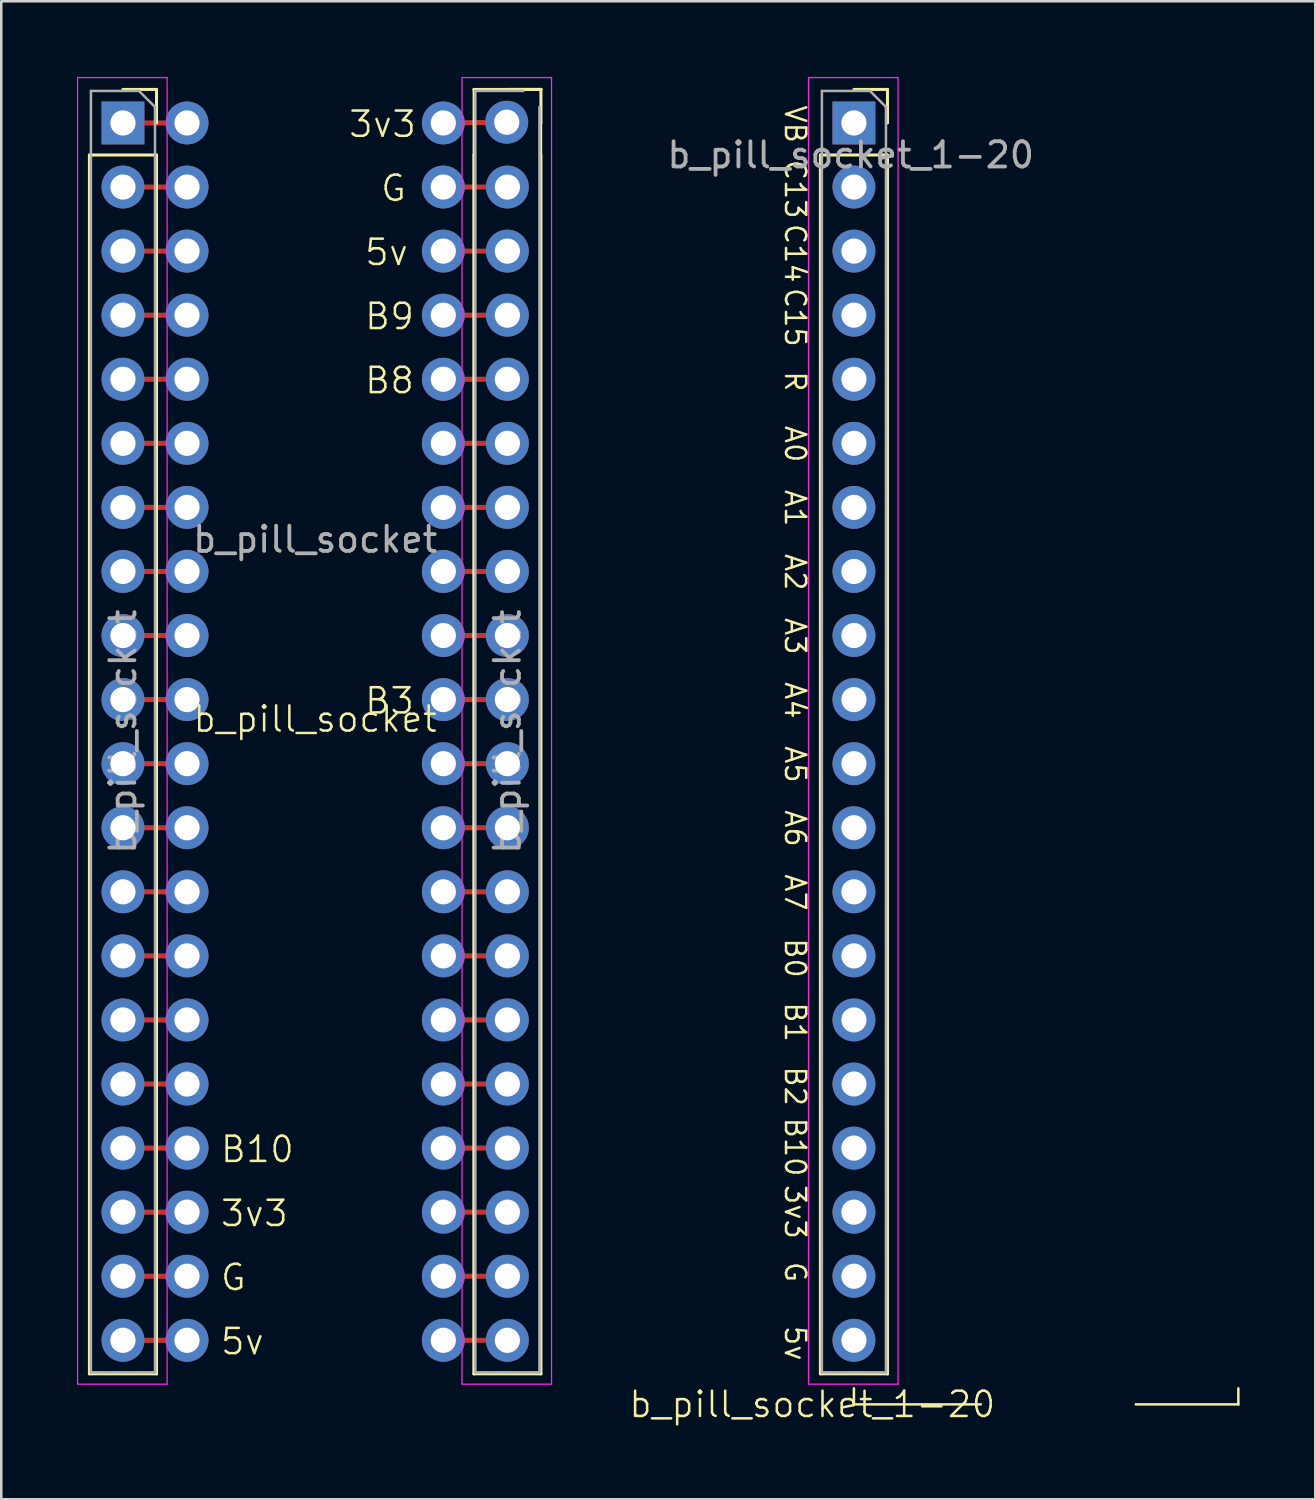
<source format=kicad_pcb>
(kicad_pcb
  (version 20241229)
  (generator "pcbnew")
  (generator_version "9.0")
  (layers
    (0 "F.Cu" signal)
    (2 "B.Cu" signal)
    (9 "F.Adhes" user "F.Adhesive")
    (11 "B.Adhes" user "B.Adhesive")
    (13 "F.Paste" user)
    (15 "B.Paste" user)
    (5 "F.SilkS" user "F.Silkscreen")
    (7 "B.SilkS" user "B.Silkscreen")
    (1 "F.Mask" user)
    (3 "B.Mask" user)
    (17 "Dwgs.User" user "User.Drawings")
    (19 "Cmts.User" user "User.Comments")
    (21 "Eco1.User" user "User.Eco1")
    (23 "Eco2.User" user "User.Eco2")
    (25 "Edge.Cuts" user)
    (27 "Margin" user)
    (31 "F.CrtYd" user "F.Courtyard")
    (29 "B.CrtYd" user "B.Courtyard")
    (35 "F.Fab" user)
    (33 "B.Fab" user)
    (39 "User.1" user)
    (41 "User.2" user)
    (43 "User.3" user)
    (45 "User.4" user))
  (footprint "b_pill_socket_1-20"
    (layer "F.Cu")
    (at 30.803 25.955)
    (property "Reference" "b_pill_socket_1-20" (at -1.651 26.67 0) (unlocked yes) (layer "F.SilkS") (effects (font (size 1 1) (thickness 0.1))))
    (attr through_hole)
    (fp_line (start -1.33 -22.86) (end -1.33 25.46) (stroke (width 0.12) (type solid)) (layer "F.SilkS"))
    (fp_line (start -1.33 -22.86) (end 1.33 -22.86) (stroke (width 0.12) (type solid)) (layer "F.SilkS"))
    (fp_line (start -1.33 25.46) (end 1.33 25.46) (stroke (width 0.12) (type solid)) (layer "F.SilkS"))
    (fp_line (start 0 -25.46) (end 1.33 -25.46) (stroke (width 0.12) (type solid)) (layer "F.SilkS"))
    (fp_line (start 0 26.035) (end 0 26.67) (stroke (width 0.1) (type default)) (layer "F.SilkS"))
    (fp_line (start 0 26.67) (end 5.029 26.67) (stroke (width 0.1) (type default)) (layer "F.SilkS"))
    (fp_line (start 1.33 -25.46) (end 1.33 -24.13) (stroke (width 0.12) (type solid)) (layer "F.SilkS"))
    (fp_line (start 1.33 -22.86) (end 1.33 25.46) (stroke (width 0.12) (type solid)) (layer "F.SilkS"))
    (fp_line (start 15.24 26.67) (end 11.176 26.67) (stroke (width 0.1) (type default)) (layer "F.SilkS"))
    (fp_line (start 15.24 26.67) (end 15.24 26.035) (stroke (width 0.1) (type default)) (layer "F.SilkS"))
    (fp_line (start -1.8 -25.93) (end 1.75 -25.93) (stroke (width 0.05) (type solid)) (layer "F.CrtYd"))
    (fp_line (start -1.8 25.87) (end -1.8 -25.93) (stroke (width 0.05) (type solid)) (layer "F.CrtYd"))
    (fp_line (start 1.75 -25.93) (end 1.75 25.87) (stroke (width 0.05) (type solid)) (layer "F.CrtYd"))
    (fp_line (start 1.75 25.87) (end -1.8 25.87) (stroke (width 0.05) (type solid)) (layer "F.CrtYd"))
    (fp_line (start -1.27 -25.4) (end 0.635 -25.4) (stroke (width 0.1) (type solid)) (layer "F.Fab"))
    (fp_line (start -1.27 25.4) (end -1.27 -25.4) (stroke (width 0.1) (type solid)) (layer "F.Fab"))
    (fp_line (start 0.635 -25.4) (end 1.27 -24.765) (stroke (width 0.1) (type solid)) (layer "F.Fab"))
    (fp_line (start 1.27 -24.765) (end 1.27 25.4) (stroke (width 0.1) (type solid)) (layer "F.Fab"))
    (fp_line (start 1.27 25.4) (end -1.27 25.4) (stroke (width 0.1) (type solid)) (layer "F.Fab"))
    (fp_text user "A1" (at -2.794 -9.652 270) (unlocked yes) (layer "F.SilkS") (effects (font (size 0.8 0.8) (thickness 0.1)) (justify left bottom)))
    (fp_text user "B0" (at -2.794 8.128 270) (unlocked yes) (layer "F.SilkS") (effects (font (size 0.8 0.8) (thickness 0.1)) (justify left bottom)))
    (fp_text user "C15" (at -2.794 -17.653 270) (unlocked yes) (layer "F.SilkS") (effects (font (size 0.8 0.8) (thickness 0.1)) (justify left bottom)))
    (fp_text user "B10" (at -2.794 15.24 270) (unlocked yes) (layer "F.SilkS") (effects (font (size 0.8 0.8) (thickness 0.1)) (justify left bottom)))
    (fp_text user "B1" (at -2.794 10.668 270) (unlocked yes) (layer "F.SilkS") (effects (font (size 0.8 0.8) (thickness 0.1)) (justify left bottom)))
    (fp_text user "VB" (at -2.794 -24.892 270) (unlocked yes) (layer "F.SilkS") (effects (font (size 0.8 0.8) (thickness 0.1)) (justify left bottom)))
    (fp_text user "B2" (at -2.794 13.208 270) (unlocked yes) (layer "F.SilkS") (effects (font (size 0.8 0.8) (thickness 0.1)) (justify left bottom)))
    (fp_text user "A5" (at -2.794 0.508 270) (unlocked yes) (layer "F.SilkS") (effects (font (size 0.8 0.8) (thickness 0.1)) (justify left bottom)))
    (fp_text user "3v3" (at -2.794 17.907 270) (unlocked yes) (layer "F.SilkS") (effects (font (size 0.8 0.8) (thickness 0.1)) (justify left bottom)))
    (fp_text user "R" (at -2.794 -14.351 270) (unlocked yes) (layer "F.SilkS") (effects (font (size 0.8 0.8) (thickness 0.1)) (justify left bottom)))
    (fp_text user "A4" (at -2.794 -2.032 270) (unlocked yes) (layer "F.SilkS") (effects (font (size 0.8 0.8) (thickness 0.1)) (justify left bottom)))
    (fp_text user "A6" (at -2.794 3.048 270) (unlocked yes) (layer "F.SilkS") (effects (font (size 0.8 0.8) (thickness 0.1)) (justify left bottom)))
    (fp_text user "A2" (at -2.794 -7.112 270) (unlocked yes) (layer "F.SilkS") (effects (font (size 0.8 0.8) (thickness 0.1)) (justify left bottom)))
    (fp_text user "5v" (at -2.794 23.495 270) (unlocked yes) (layer "F.SilkS") (effects (font (size 0.8 0.8) (thickness 0.1)) (justify left bottom)))
    (fp_text user "C13" (at -2.794 -22.733 270) (unlocked yes) (layer "F.SilkS") (effects (font (size 0.8 0.8) (thickness 0.1)) (justify left bottom)))
    (fp_text user "A3" (at -2.794 -4.572 270) (unlocked yes) (layer "F.SilkS") (effects (font (size 0.8 0.8) (thickness 0.1)) (justify left bottom)))
    (fp_text user "A0" (at -2.794 -12.192 270) (unlocked yes) (layer "F.SilkS") (effects (font (size 0.8 0.8) (thickness 0.1)) (justify left bottom)))
    (fp_text user "C14" (at -2.794 -20.193 270) (unlocked yes) (layer "F.SilkS") (effects (font (size 0.8 0.8) (thickness 0.1)) (justify left bottom)))
    (fp_text user "A7" (at -2.794 5.588 270) (unlocked yes) (layer "F.SilkS") (effects (font (size 0.8 0.8) (thickness 0.1)) (justify left bottom)))
    (fp_text user "G" (at -2.794 20.955 270) (unlocked yes) (layer "F.SilkS") (effects (font (size 0.8 0.8) (thickness 0.1)) (justify left bottom)))
    (fp_text user "${REFERENCE}" (at -0.127 -22.86 0) (unlocked yes) (layer "F.Fab") (effects (font (size 1 1) (thickness 0.15))))
    (pad "1" thru_hole rect (at 0 -24.13) (size 1.7 1.7) (drill 1) (layers "*.Cu" "*.Mask"))
    (pad "2" thru_hole oval (at 0 -21.59) (size 1.7 1.7) (drill 1) (layers "*.Cu" "*.Mask"))
    (pad "3" thru_hole oval (at 0 -19.05) (size 1.7 1.7) (drill 1) (layers "*.Cu" "*.Mask"))
    (pad "4" thru_hole oval (at 0 -16.51) (size 1.7 1.7) (drill 1) (layers "*.Cu" "*.Mask"))
    (pad "5" thru_hole oval (at 0 -13.97) (size 1.7 1.7) (drill 1) (layers "*.Cu" "*.Mask"))
    (pad "6" thru_hole oval (at 0 -11.43) (size 1.7 1.7) (drill 1) (layers "*.Cu" "*.Mask"))
    (pad "7" thru_hole oval (at 0 -8.89) (size 1.7 1.7) (drill 1) (layers "*.Cu" "*.Mask"))
    (pad "8" thru_hole oval (at 0 -6.35) (size 1.7 1.7) (drill 1) (layers "*.Cu" "*.Mask"))
    (pad "9" thru_hole oval (at 0 -3.81) (size 1.7 1.7) (drill 1) (layers "*.Cu" "*.Mask"))
    (pad "10" thru_hole oval (at 0 -1.27) (size 1.7 1.7) (drill 1) (layers "*.Cu" "*.Mask"))
    (pad "11" thru_hole oval (at 0 1.27) (size 1.7 1.7) (drill 1) (layers "*.Cu" "*.Mask"))
    (pad "12" thru_hole oval (at 0 3.81) (size 1.7 1.7) (drill 1) (layers "*.Cu" "*.Mask"))
    (pad "13" thru_hole oval (at 0 6.35) (size 1.7 1.7) (drill 1) (layers "*.Cu" "*.Mask"))
    (pad "14" thru_hole oval (at 0 8.89) (size 1.7 1.7) (drill 1) (layers "*.Cu" "*.Mask"))
    (pad "15" thru_hole oval (at 0 11.43) (size 1.7 1.7) (drill 1) (layers "*.Cu" "*.Mask"))
    (pad "16" thru_hole oval (at 0 13.97) (size 1.7 1.7) (drill 1) (layers "*.Cu" "*.Mask"))
    (pad "17" thru_hole oval (at 0 16.51) (size 1.7 1.7) (drill 1) (layers "*.Cu" "*.Mask"))
    (pad "18" thru_hole oval (at 0 19.05) (size 1.7 1.7) (drill 1) (layers "*.Cu" "*.Mask"))
    (pad "19" thru_hole oval (at 0 21.59) (size 1.7 1.7) (drill 1) (layers "*.Cu" "*.Mask"))
    (pad "20" thru_hole oval (at 0 24.13) (size 1.7 1.7) (drill 1) (layers "*.Cu" "*.Mask")))
  (footprint "b_pill_socket"
    (layer "F.Cu")
    (at 9.445 25.955)
    (property "Reference" "b_pill_socket" (at 0 -0.5 0) (unlocked yes) (layer "F.SilkS") (effects (font (size 1 1) (thickness 0.1))))
    (attr through_hole)
    (fp_line (start -7.62 -24.13) (end -5.08 -24.13) (stroke (width 0.2) (type default)) (layer "F.Cu"))
    (fp_line (start -7.62 -21.59) (end -5.08 -21.59) (stroke (width 0.2) (type default)) (layer "F.Cu"))
    (fp_line (start -7.62 -19.05) (end -5.08 -19.05) (stroke (width 0.2) (type default)) (layer "F.Cu"))
    (fp_line (start -7.62 -16.51) (end -5.08 -16.51) (stroke (width 0.2) (type default)) (layer "F.Cu"))
    (fp_line (start -7.62 -13.97) (end -5.08 -13.97) (stroke (width 0.2) (type default)) (layer "F.Cu"))
    (fp_line (start -7.62 -11.43) (end -5.08 -11.43) (stroke (width 0.2) (type default)) (layer "F.Cu"))
    (fp_line (start -7.62 -8.89) (end -5.08 -8.89) (stroke (width 0.2) (type default)) (layer "F.Cu"))
    (fp_line (start -7.62 -6.35) (end -5.08 -6.35) (stroke (width 0.2) (type default)) (layer "F.Cu"))
    (fp_line (start -7.62 -3.81) (end -5.08 -3.81) (stroke (width 0.2) (type default)) (layer "F.Cu"))
    (fp_line (start -7.62 -1.27) (end -5.08 -1.27) (stroke (width 0.2) (type default)) (layer "F.Cu"))
    (fp_line (start -7.62 1.27) (end -5.08 1.27) (stroke (width 0.2) (type default)) (layer "F.Cu"))
    (fp_line (start -7.62 3.81) (end -5.08 3.81) (stroke (width 0.2) (type default)) (layer "F.Cu"))
    (fp_line (start -7.62 6.35) (end -5.08 6.35) (stroke (width 0.2) (type default)) (layer "F.Cu"))
    (fp_line (start -7.62 8.89) (end -5.08 8.89) (stroke (width 0.2) (type default)) (layer "F.Cu"))
    (fp_line (start -7.62 11.43) (end -5.08 11.43) (stroke (width 0.2) (type default)) (layer "F.Cu"))
    (fp_line (start -7.62 13.97) (end -5.08 13.97) (stroke (width 0.2) (type default)) (layer "F.Cu"))
    (fp_line (start -7.62 16.51) (end -5.08 16.51) (stroke (width 0.2) (type default)) (layer "F.Cu"))
    (fp_line (start -7.62 19.05) (end -5.08 19.05) (stroke (width 0.2) (type default)) (layer "F.Cu"))
    (fp_line (start -7.62 21.59) (end -5.08 21.59) (stroke (width 0.2) (type default)) (layer "F.Cu"))
    (fp_line (start -7.62 24.13) (end -5.08 24.13) (stroke (width 0.2) (type default)) (layer "F.Cu"))
    (fp_line (start 5.08 -24.13) (end 7.595 -24.16) (stroke (width 0.2) (type default)) (layer "F.Cu"))
    (fp_line (start 5.08 -21.59) (end 7.62 -21.59) (stroke (width 0.2) (type default)) (layer "F.Cu"))
    (fp_line (start 5.08 -19.05) (end 7.62 -19.05) (stroke (width 0.2) (type default)) (layer "F.Cu"))
    (fp_line (start 5.08 -16.51) (end 7.62 -16.51) (stroke (width 0.2) (type default)) (layer "F.Cu"))
    (fp_line (start 5.08 -13.97) (end 7.62 -13.97) (stroke (width 0.2) (type default)) (layer "F.Cu"))
    (fp_line (start 5.08 -11.43) (end 7.62 -11.43) (stroke (width 0.2) (type default)) (layer "F.Cu"))
    (fp_line (start 5.08 -8.89) (end 7.62 -8.89) (stroke (width 0.2) (type default)) (layer "F.Cu"))
    (fp_line (start 5.08 -6.35) (end 7.62 -6.35) (stroke (width 0.2) (type default)) (layer "F.Cu"))
    (fp_line (start 5.08 -3.81) (end 7.62 -3.81) (stroke (width 0.2) (type default)) (layer "F.Cu"))
    (fp_line (start 5.08 -1.27) (end 7.62 -1.27) (stroke (width 0.2) (type default)) (layer "F.Cu"))
    (fp_line (start 5.08 1.27) (end 7.62 1.27) (stroke (width 0.2) (type default)) (layer "F.Cu"))
    (fp_line (start 5.08 3.81) (end 7.62 3.81) (stroke (width 0.2) (type default)) (layer "F.Cu"))
    (fp_line (start 5.08 6.35) (end 7.62 6.35) (stroke (width 0.2) (type default)) (layer "F.Cu"))
    (fp_line (start 5.08 8.89) (end 7.62 8.89) (stroke (width 0.2) (type default)) (layer "F.Cu"))
    (fp_line (start 5.08 11.43) (end 7.62 11.43) (stroke (width 0.2) (type default)) (layer "F.Cu"))
    (fp_line (start 5.08 13.97) (end 7.62 13.97) (stroke (width 0.2) (type default)) (layer "F.Cu"))
    (fp_line (start 5.08 16.51) (end 7.62 16.51) (stroke (width 0.2) (type default)) (layer "F.Cu"))
    (fp_line (start 5.08 19.05) (end 7.62 19.05) (stroke (width 0.2) (type default)) (layer "F.Cu"))
    (fp_line (start 5.08 21.59) (end 7.62 21.59) (stroke (width 0.2) (type default)) (layer "F.Cu"))
    (fp_line (start 5.08 24.13) (end 7.62 24.13) (stroke (width 0.2) (type default)) (layer "F.Cu"))
    (fp_line (start -8.95 -22.86) (end -8.95 25.46) (stroke (width 0.12) (type solid)) (layer "F.SilkS"))
    (fp_line (start -8.95 -22.86) (end -6.29 -22.86) (stroke (width 0.12) (type solid)) (layer "F.SilkS"))
    (fp_line (start -8.95 25.46) (end -6.29 25.46) (stroke (width 0.12) (type solid)) (layer "F.SilkS"))
    (fp_line (start -7.62 -25.46) (end -6.29 -25.46) (stroke (width 0.12) (type solid)) (layer "F.SilkS"))
    (fp_line (start -6.29 -25.46) (end -6.29 -24.13) (stroke (width 0.12) (type solid)) (layer "F.SilkS"))
    (fp_line (start -6.29 -22.86) (end -6.29 25.46) (stroke (width 0.12) (type solid)) (layer "F.SilkS"))
    (fp_line (start 6.29 -25.46) (end 6.29 -22.86) (stroke (width 0.1) (type default)) (layer "F.SilkS"))
    (fp_line (start 6.29 -25.46) (end 8.95 -25.46) (stroke (width 0.12) (type solid)) (layer "F.SilkS"))
    (fp_line (start 6.29 -22.86) (end 6.29 25.46) (stroke (width 0.12) (type solid)) (layer "F.SilkS"))
    (fp_line (start 6.29 25.46) (end 8.95 25.46) (stroke (width 0.12) (type solid)) (layer "F.SilkS"))
    (fp_line (start 7.62 -25.46) (end 8.95 -25.46) (stroke (width 0.12) (type solid)) (layer "F.SilkS"))
    (fp_line (start 8.95 -25.46) (end 8.95 -24.13) (stroke (width 0.12) (type solid)) (layer "F.SilkS"))
    (fp_line (start 8.95 -24.13) (end 8.95 -22.86) (stroke (width 0.1) (type default)) (layer "F.SilkS"))
    (fp_line (start 8.95 -22.86) (end 8.95 25.46) (stroke (width 0.12) (type solid)) (layer "F.SilkS"))
    (fp_line (start -9.42 -25.93) (end -5.87 -25.93) (stroke (width 0.05) (type solid)) (layer "F.CrtYd"))
    (fp_line (start -9.42 25.87) (end -9.42 -25.93) (stroke (width 0.05) (type solid)) (layer "F.CrtYd"))
    (fp_line (start -5.87 -25.93) (end -5.87 25.87) (stroke (width 0.05) (type solid)) (layer "F.CrtYd"))
    (fp_line (start -5.87 25.87) (end -9.42 25.87) (stroke (width 0.05) (type solid)) (layer "F.CrtYd"))
    (fp_line (start 5.82 -25.93) (end 9.37 -25.93) (stroke (width 0.05) (type solid)) (layer "F.CrtYd"))
    (fp_line (start 5.82 25.87) (end 5.82 -25.93) (stroke (width 0.05) (type solid)) (layer "F.CrtYd"))
    (fp_line (start 9.37 -25.93) (end 9.37 25.87) (stroke (width 0.05) (type solid)) (layer "F.CrtYd"))
    (fp_line (start 9.37 25.87) (end 5.82 25.87) (stroke (width 0.05) (type solid)) (layer "F.CrtYd"))
    (fp_line (start -8.89 -25.4) (end -6.985 -25.4) (stroke (width 0.1) (type solid)) (layer "F.Fab"))
    (fp_line (start -8.89 25.4) (end -8.89 -25.4) (stroke (width 0.1) (type solid)) (layer "F.Fab"))
    (fp_line (start -6.985 -25.4) (end -6.35 -24.765) (stroke (width 0.1) (type solid)) (layer "F.Fab"))
    (fp_line (start -6.35 -24.765) (end -6.35 25.4) (stroke (width 0.1) (type solid)) (layer "F.Fab"))
    (fp_line (start -6.35 25.4) (end -8.89 25.4) (stroke (width 0.1) (type solid)) (layer "F.Fab"))
    (fp_line (start 6.35 -25.4) (end 8.255 -25.4) (stroke (width 0.1) (type solid)) (layer "F.Fab"))
    (fp_line (start 6.35 25.4) (end 6.35 -25.4) (stroke (width 0.1) (type solid)) (layer "F.Fab"))
    (fp_line (start 8.89 -24.765) (end 8.89 25.4) (stroke (width 0.1) (type solid)) (layer "F.Fab"))
    (fp_line (start 8.89 25.4) (end 6.35 25.4) (stroke (width 0.1) (type solid)) (layer "F.Fab"))
    (fp_text user "B10" (at -3.81 17.145 0) (unlocked yes) (layer "F.SilkS") (effects (font (size 1 1) (thickness 0.1)) (justify left bottom)))
    (fp_text user "B8" (at 1.905 -13.335 0) (unlocked yes) (layer "F.SilkS") (effects (font (size 1 1) (thickness 0.1)) (justify left bottom)))
    (fp_text user "5v" (at 1.905 -18.415 0) (unlocked yes) (layer "F.SilkS") (effects (font (size 1 1) (thickness 0.1)) (justify left bottom)))
    (fp_text user "B9" (at 1.905 -15.875 0) (unlocked yes) (layer "F.SilkS") (effects (font (size 1 1) (thickness 0.1)) (justify left bottom)))
    (fp_text user "3v3" (at 1.27 -23.495 0) (unlocked yes) (layer "F.SilkS") (effects (font (size 1 1) (thickness 0.1)) (justify left bottom)))
    (fp_text user "B3" (at 1.905 -0.635 0) (unlocked yes) (layer "F.SilkS") (effects (font (size 1 1) (thickness 0.1)) (justify left bottom)))
    (fp_text user "5v" (at -3.81 24.765 0) (unlocked yes) (layer "F.SilkS") (effects (font (size 1 1) (thickness 0.1)) (justify left bottom)))
    (fp_text user "G" (at 2.54 -20.955 0) (unlocked yes) (layer "F.SilkS") (effects (font (size 1 1) (thickness 0.1)) (justify left bottom)))
    (fp_text user "G" (at -3.81 22.225 0) (unlocked yes) (layer "F.SilkS") (effects (font (size 1 1) (thickness 0.1)) (justify left bottom)))
    (fp_text user "3v3" (at -3.81 19.685 0) (unlocked yes) (layer "F.SilkS") (effects (font (size 1 1) (thickness 0.1)) (justify left bottom)))
    (fp_text user "${REFERENCE}" (at 0 -7.62 0) (unlocked yes) (layer "F.Fab") (effects (font (size 1 1) (thickness 0.15))))
    (fp_text user "${REFERENCE}" (at -7.62 0 90) (layer "F.Fab") (effects (font (size 1 1) (thickness 0.15))))
    (fp_text user "${REFERENCE}" (at 7.62 0 90) (layer "F.Fab") (effects (font (size 1 1) (thickness 0.15))))
    (pad "1" thru_hole rect (at -7.62 -24.13) (size 1.7 1.7) (drill 1) (layers "*.Cu" "*.Mask"))
    (pad "1" thru_hole oval (at -5.08 -24.13) (size 1.7 1.7) (drill 1) (layers "*.Cu" "*.Mask"))
    (pad "1" thru_hole oval (at 5.08 -24.13) (size 1.7 1.7) (drill 1) (layers "*.Cu" "*.Mask"))
    (pad "2" thru_hole oval (at -7.62 -21.59) (size 1.7 1.7) (drill 1) (layers "*.Cu" "*.Mask"))
    (pad "2" thru_hole oval (at -5.08 -21.59) (size 1.7 1.7) (drill 1) (layers "*.Cu" "*.Mask"))
    (pad "2" thru_hole oval (at 5.08 -21.59) (size 1.7 1.7) (drill 1) (layers "*.Cu" "*.Mask"))
    (pad "3" thru_hole oval (at -7.62 -19.05) (size 1.7 1.7) (drill 1) (layers "*.Cu" "*.Mask"))
    (pad "3" thru_hole oval (at -5.08 -19.05) (size 1.7 1.7) (drill 1) (layers "*.Cu" "*.Mask"))
    (pad "3" thru_hole oval (at 5.08 -19.05) (size 1.7 1.7) (drill 1) (layers "*.Cu" "*.Mask"))
    (pad "4" thru_hole oval (at -7.62 -16.51) (size 1.7 1.7) (drill 1) (layers "*.Cu" "*.Mask"))
    (pad "4" thru_hole oval (at -5.08 -16.51) (size 1.7 1.7) (drill 1) (layers "*.Cu" "*.Mask"))
    (pad "4" thru_hole oval (at 5.08 -16.51) (size 1.7 1.7) (drill 1) (layers "*.Cu" "*.Mask"))
    (pad "5" thru_hole oval (at -7.62 -13.97) (size 1.7 1.7) (drill 1) (layers "*.Cu" "*.Mask"))
    (pad "5" thru_hole oval (at -5.08 -13.97) (size 1.7 1.7) (drill 1) (layers "*.Cu" "*.Mask"))
    (pad "5" thru_hole oval (at 5.08 -13.97) (size 1.7 1.7) (drill 1) (layers "*.Cu" "*.Mask"))
    (pad "6" thru_hole oval (at -7.62 -11.43) (size 1.7 1.7) (drill 1) (layers "*.Cu" "*.Mask"))
    (pad "6" thru_hole oval (at -5.08 -11.43) (size 1.7 1.7) (drill 1) (layers "*.Cu" "*.Mask"))
    (pad "6" thru_hole oval (at 5.08 -11.43) (size 1.7 1.7) (drill 1) (layers "*.Cu" "*.Mask"))
    (pad "7" thru_hole oval (at -7.62 -8.89) (size 1.7 1.7) (drill 1) (layers "*.Cu" "*.Mask"))
    (pad "7" thru_hole oval (at -5.08 -8.89) (size 1.7 1.7) (drill 1) (layers "*.Cu" "*.Mask"))
    (pad "7" thru_hole oval (at 5.08 -8.89) (size 1.7 1.7) (drill 1) (layers "*.Cu" "*.Mask"))
    (pad "8" thru_hole oval (at -7.62 -6.35) (size 1.7 1.7) (drill 1) (layers "*.Cu" "*.Mask"))
    (pad "8" thru_hole oval (at -5.08 -6.35) (size 1.7 1.7) (drill 1) (layers "*.Cu" "*.Mask"))
    (pad "8" thru_hole oval (at 5.08 -6.35) (size 1.7 1.7) (drill 1) (layers "*.Cu" "*.Mask"))
    (pad "9" thru_hole oval (at -7.62 -3.81) (size 1.7 1.7) (drill 1) (layers "*.Cu" "*.Mask"))
    (pad "9" thru_hole oval (at -5.08 -3.81) (size 1.7 1.7) (drill 1) (layers "*.Cu" "*.Mask"))
    (pad "9" thru_hole oval (at 5.08 -3.81) (size 1.7 1.7) (drill 1) (layers "*.Cu" "*.Mask"))
    (pad "10" thru_hole oval (at -7.62 -1.27) (size 1.7 1.7) (drill 1) (layers "*.Cu" "*.Mask"))
    (pad "10" thru_hole oval (at -5.08 -1.27) (size 1.7 1.7) (drill 1) (layers "*.Cu" "*.Mask"))
    (pad "10" thru_hole oval (at 5.08 -1.27) (size 1.7 1.7) (drill 1) (layers "*.Cu" "*.Mask"))
    (pad "11" thru_hole oval (at -7.62 1.27) (size 1.7 1.7) (drill 1) (layers "*.Cu" "*.Mask"))
    (pad "11" thru_hole oval (at -5.08 1.27) (size 1.7 1.7) (drill 1) (layers "*.Cu" "*.Mask"))
    (pad "11" thru_hole oval (at 5.08 1.27) (size 1.7 1.7) (drill 1) (layers "*.Cu" "*.Mask"))
    (pad "12" thru_hole oval (at -7.62 3.81) (size 1.7 1.7) (drill 1) (layers "*.Cu" "*.Mask"))
    (pad "12" thru_hole oval (at -5.08 3.81) (size 1.7 1.7) (drill 1) (layers "*.Cu" "*.Mask"))
    (pad "12" thru_hole oval (at 5.08 3.81) (size 1.7 1.7) (drill 1) (layers "*.Cu" "*.Mask"))
    (pad "13" thru_hole oval (at -7.62 6.35) (size 1.7 1.7) (drill 1) (layers "*.Cu" "*.Mask"))
    (pad "13" thru_hole oval (at -5.08 6.35) (size 1.7 1.7) (drill 1) (layers "*.Cu" "*.Mask"))
    (pad "13" thru_hole oval (at 5.08 6.35) (size 1.7 1.7) (drill 1) (layers "*.Cu" "*.Mask"))
    (pad "14" thru_hole oval (at -7.62 8.89) (size 1.7 1.7) (drill 1) (layers "*.Cu" "*.Mask"))
    (pad "14" thru_hole oval (at -5.08 8.89) (size 1.7 1.7) (drill 1) (layers "*.Cu" "*.Mask"))
    (pad "14" thru_hole oval (at 5.08 8.89) (size 1.7 1.7) (drill 1) (layers "*.Cu" "*.Mask"))
    (pad "15" thru_hole oval (at -7.62 11.43) (size 1.7 1.7) (drill 1) (layers "*.Cu" "*.Mask"))
    (pad "15" thru_hole oval (at -5.08 11.43) (size 1.7 1.7) (drill 1) (layers "*.Cu" "*.Mask"))
    (pad "15" thru_hole oval (at 5.08 11.43) (size 1.7 1.7) (drill 1) (layers "*.Cu" "*.Mask"))
    (pad "16" thru_hole oval (at -7.62 13.97) (size 1.7 1.7) (drill 1) (layers "*.Cu" "*.Mask"))
    (pad "16" thru_hole oval (at -5.08 13.97) (size 1.7 1.7) (drill 1) (layers "*.Cu" "*.Mask"))
    (pad "16" thru_hole oval (at 5.08 13.97) (size 1.7 1.7) (drill 1) (layers "*.Cu" "*.Mask"))
    (pad "17" thru_hole oval (at -7.62 16.51) (size 1.7 1.7) (drill 1) (layers "*.Cu" "*.Mask"))
    (pad "17" thru_hole oval (at -5.08 16.51) (size 1.7 1.7) (drill 1) (layers "*.Cu" "*.Mask"))
    (pad "17" thru_hole oval (at 5.08 16.51) (size 1.7 1.7) (drill 1) (layers "*.Cu" "*.Mask"))
    (pad "18" thru_hole oval (at -7.62 19.05) (size 1.7 1.7) (drill 1) (layers "*.Cu" "*.Mask"))
    (pad "18" thru_hole oval (at -5.08 19.05) (size 1.7 1.7) (drill 1) (layers "*.Cu" "*.Mask"))
    (pad "18" thru_hole oval (at 5.08 19.05) (size 1.7 1.7) (drill 1) (layers "*.Cu" "*.Mask"))
    (pad "19" thru_hole oval (at -7.62 21.59) (size 1.7 1.7) (drill 1) (layers "*.Cu" "*.Mask"))
    (pad "19" thru_hole oval (at -5.08 21.59) (size 1.7 1.7) (drill 1) (layers "*.Cu" "*.Mask"))
    (pad "19" thru_hole oval (at 5.08 21.59) (size 1.7 1.7) (drill 1) (layers "*.Cu" "*.Mask"))
    (pad "20" thru_hole oval (at -7.62 24.13) (size 1.7 1.7) (drill 1) (layers "*.Cu" "*.Mask"))
    (pad "20" thru_hole oval (at -5.08 24.13) (size 1.7 1.7) (drill 1) (layers "*.Cu" "*.Mask"))
    (pad "20" thru_hole oval (at 5.08 24.13) (size 1.7 1.7) (drill 1) (layers "*.Cu" "*.Mask"))
    (pad "21" thru_hole oval (at 7.62 24.13) (size 1.7 1.7) (drill 1) (layers "*.Cu" "*.Mask"))
    (pad "22" thru_hole oval (at 7.62 21.59) (size 1.7 1.7) (drill 1) (layers "*.Cu" "*.Mask"))
    (pad "23" thru_hole oval (at 7.62 19.05) (size 1.7 1.7) (drill 1) (layers "*.Cu" "*.Mask"))
    (pad "24" thru_hole oval (at 7.62 16.51) (size 1.7 1.7) (drill 1) (layers "*.Cu" "*.Mask"))
    (pad "25" thru_hole oval (at 7.62 13.97) (size 1.7 1.7) (drill 1) (layers "*.Cu" "*.Mask"))
    (pad "26" thru_hole oval (at 7.62 11.43) (size 1.7 1.7) (drill 1) (layers "*.Cu" "*.Mask"))
    (pad "27" thru_hole oval (at 7.62 8.89) (size 1.7 1.7) (drill 1) (layers "*.Cu" "*.Mask"))
    (pad "28" thru_hole oval (at 7.62 6.35) (size 1.7 1.7) (drill 1) (layers "*.Cu" "*.Mask"))
    (pad "29" thru_hole oval (at 7.62 3.81) (size 1.7 1.7) (drill 1) (layers "*.Cu" "*.Mask"))
    (pad "30" thru_hole oval (at 7.62 1.27) (size 1.7 1.7) (drill 1) (layers "*.Cu" "*.Mask"))
    (pad "31" thru_hole oval (at 7.62 -1.27) (size 1.7 1.7) (drill 1) (layers "*.Cu" "*.Mask"))
    (pad "32" thru_hole oval (at 7.62 -3.81) (size 1.7 1.7) (drill 1) (layers "*.Cu" "*.Mask"))
    (pad "33" thru_hole oval (at 7.62 -6.35) (size 1.7 1.7) (drill 1) (layers "*.Cu" "*.Mask"))
    (pad "34" thru_hole oval (at 7.62 -8.89) (size 1.7 1.7) (drill 1) (layers "*.Cu" "*.Mask"))
    (pad "35" thru_hole oval (at 7.62 -11.43) (size 1.7 1.7) (drill 1) (layers "*.Cu" "*.Mask"))
    (pad "36" thru_hole oval (at 7.62 -13.97) (size 1.7 1.7) (drill 1) (layers "*.Cu" "*.Mask"))
    (pad "37" thru_hole oval (at 7.62 -16.51) (size 1.7 1.7) (drill 1) (layers "*.Cu" "*.Mask"))
    (pad "38" thru_hole oval (at 7.62 -19.05) (size 1.7 1.7) (drill 1) (layers "*.Cu" "*.Mask"))
    (pad "39" thru_hole oval (at 7.62 -21.59) (size 1.7 1.7) (drill 1) (layers "*.Cu" "*.Mask"))
    (pad "40" thru_hole oval (at 7.595 -24.16) (size 1.7 1.7) (drill 1) (layers "*.Cu" "*.Mask")))
  (gr_rect
    (start -3 -3)
    (end 49.093 56.386)
    (stroke (width 0.1) (type default))
    (fill no)
    (layer "Edge.Cuts")))
</source>
